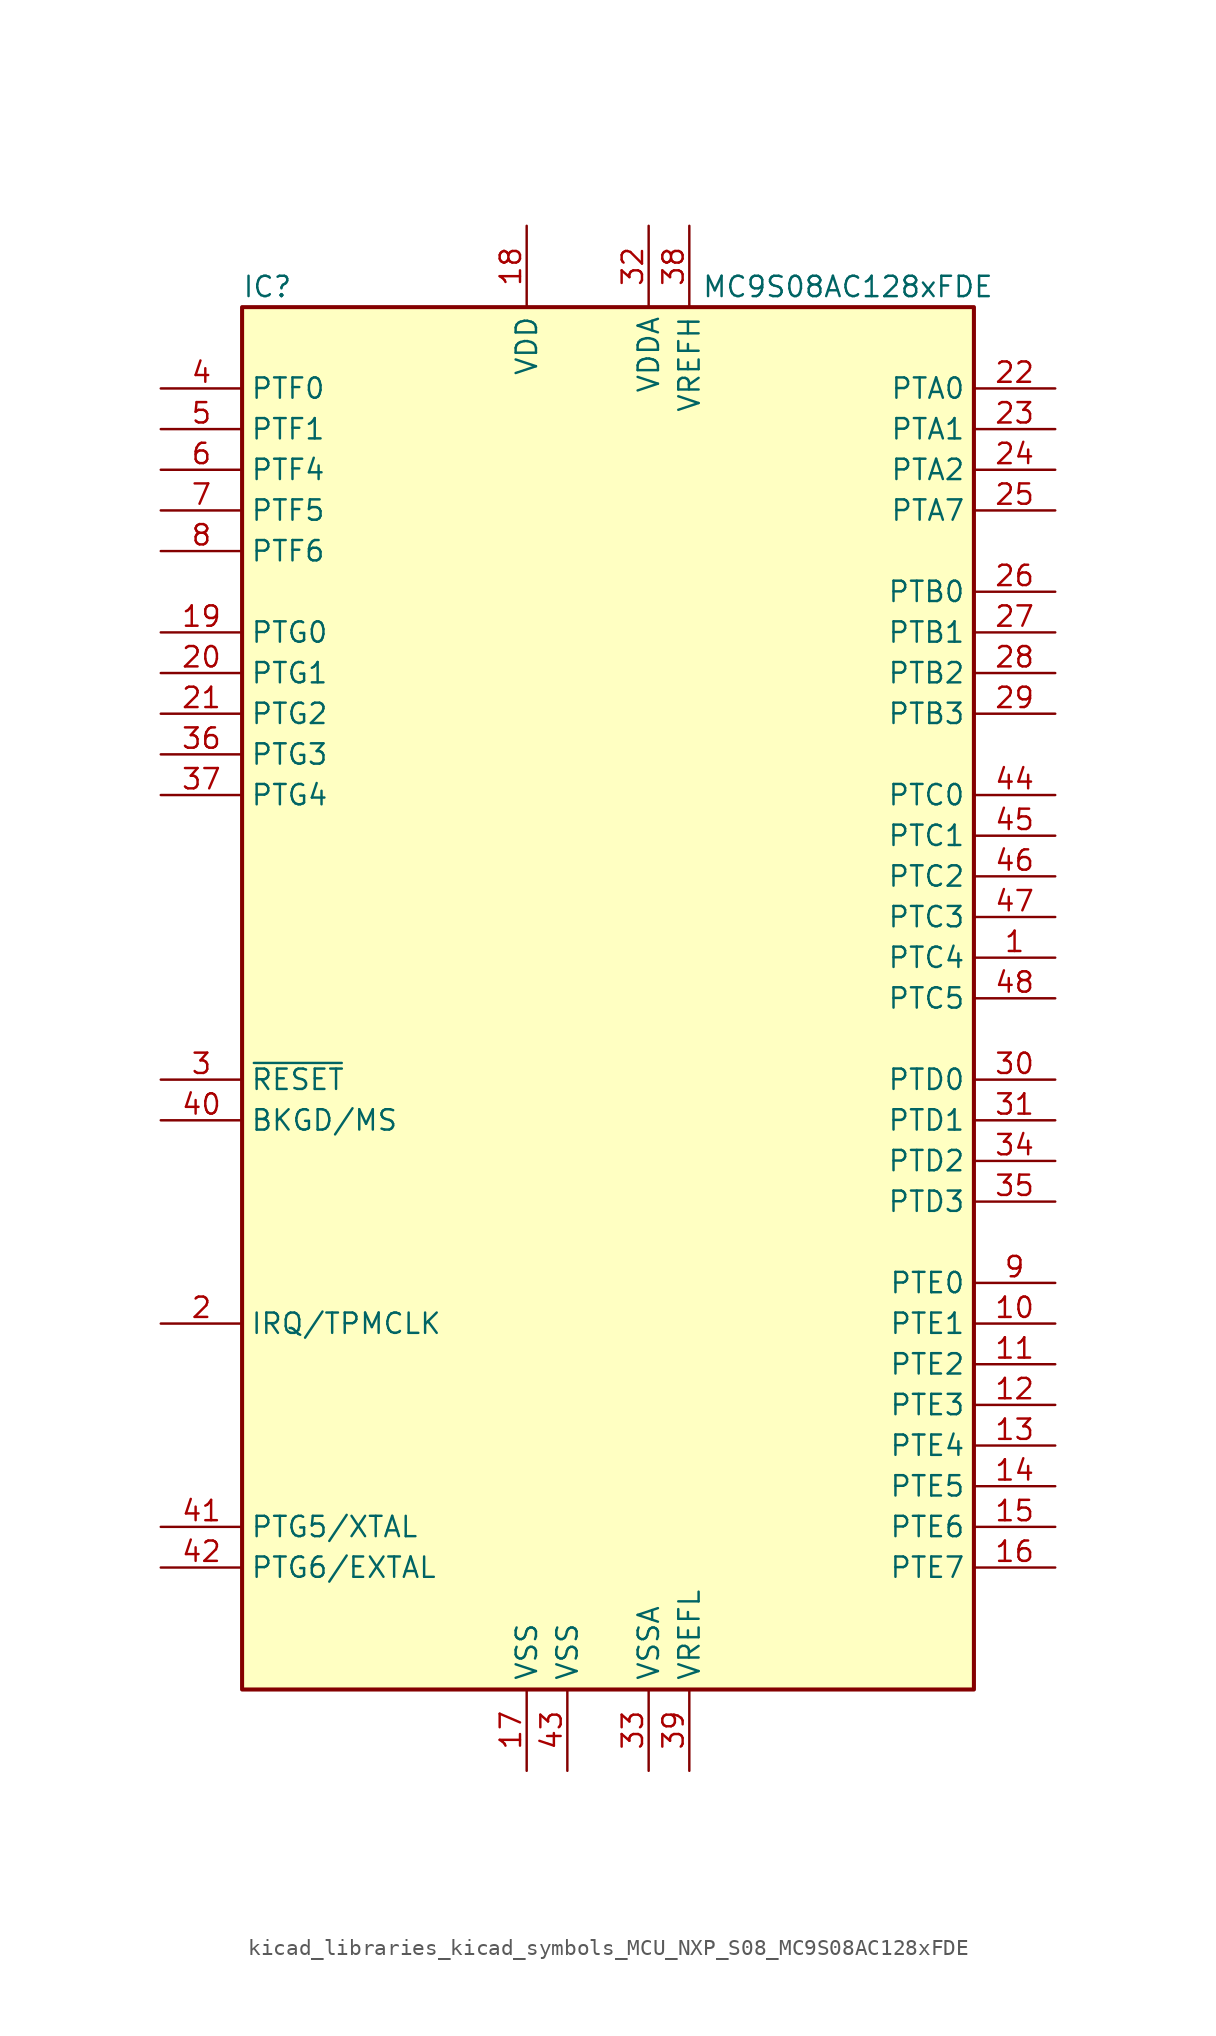
<source format=kicad_sym>
(kicad_symbol_lib
  (version 20220914)
  (generator kicad_symbol_editor)
  (symbol "kicad_libraries_kicad_symbols_MCU_NXP_S08_MC9S08AC128xFDE"
    (property "Reference" "IC"
      (at -22.86 44.45 0)
      (effects (font (size 1.27 1.27)) (justify left)))
    (property "Value" "MC9S08AC128xFDE"
      (at 24.13 44.45 0)
      (effects (font (size 1.27 1.27)) (justify right)))
    (symbol "kicad_libraries_kicad_symbols_MCU_NXP_S08_MC9S08AC128xFDE_0_1"
      (rectangle (start -22.86 43.18) (end 22.86 -43.18) (stroke (width 0.254) (type default)) (fill (type background))))
    (symbol "kicad_libraries_kicad_symbols_MCU_NXP_S08_MC9S08AC128xFDE_1_1"
      (pin bidirectional line (at 27.94 2.54 180) (length 5.08) (name "PTC4" (effects (font (size 1.27 1.27)))) (number "1" (effects (font (size 1.27 1.27)))))
      (pin bidirectional line (at 27.94 -20.32 180) (length 5.08) (name "PTE1" (effects (font (size 1.27 1.27)))) (number "10" (effects (font (size 1.27 1.27)))))
      (pin bidirectional line (at 27.94 -22.86 180) (length 5.08) (name "PTE2" (effects (font (size 1.27 1.27)))) (number "11" (effects (font (size 1.27 1.27)))))
      (pin bidirectional line (at 27.94 -25.4 180) (length 5.08) (name "PTE3" (effects (font (size 1.27 1.27)))) (number "12" (effects (font (size 1.27 1.27)))))
      (pin bidirectional line (at 27.94 -27.94 180) (length 5.08) (name "PTE4" (effects (font (size 1.27 1.27)))) (number "13" (effects (font (size 1.27 1.27)))))
      (pin bidirectional line (at 27.94 -30.48 180) (length 5.08) (name "PTE5" (effects (font (size 1.27 1.27)))) (number "14" (effects (font (size 1.27 1.27)))))
      (pin bidirectional line (at 27.94 -33.02 180) (length 5.08) (name "PTE6" (effects (font (size 1.27 1.27)))) (number "15" (effects (font (size 1.27 1.27)))))
      (pin bidirectional line (at 27.94 -35.56 180) (length 5.08) (name "PTE7" (effects (font (size 1.27 1.27)))) (number "16" (effects (font (size 1.27 1.27)))))
      (pin power_in line (at -5.08 -48.26 90) (length 5.08) (name "VSS" (effects (font (size 1.27 1.27)))) (number "17" (effects (font (size 1.27 1.27)))))
      (pin power_in line (at -5.08 48.26 270) (length 5.08) (name "VDD" (effects (font (size 1.27 1.27)))) (number "18" (effects (font (size 1.27 1.27)))))
      (pin bidirectional line (at -27.94 22.86 0) (length 5.08) (name "PTG0" (effects (font (size 1.27 1.27)))) (number "19" (effects (font (size 1.27 1.27)))))
      (pin input line (at -27.94 -20.32 0) (length 5.08) (name "IRQ/TPMCLK" (effects (font (size 1.27 1.27)))) (number "2" (effects (font (size 1.27 1.27)))))
      (pin bidirectional line (at -27.94 20.32 0) (length 5.08) (name "PTG1" (effects (font (size 1.27 1.27)))) (number "20" (effects (font (size 1.27 1.27)))))
      (pin bidirectional line (at -27.94 17.78 0) (length 5.08) (name "PTG2" (effects (font (size 1.27 1.27)))) (number "21" (effects (font (size 1.27 1.27)))))
      (pin bidirectional line (at 27.94 38.1 180) (length 5.08) (name "PTA0" (effects (font (size 1.27 1.27)))) (number "22" (effects (font (size 1.27 1.27)))))
      (pin bidirectional line (at 27.94 35.56 180) (length 5.08) (name "PTA1" (effects (font (size 1.27 1.27)))) (number "23" (effects (font (size 1.27 1.27)))))
      (pin bidirectional line (at 27.94 33.02 180) (length 5.08) (name "PTA2" (effects (font (size 1.27 1.27)))) (number "24" (effects (font (size 1.27 1.27)))))
      (pin bidirectional line (at 27.94 30.48 180) (length 5.08) (name "PTA7" (effects (font (size 1.27 1.27)))) (number "25" (effects (font (size 1.27 1.27)))))
      (pin bidirectional line (at 27.94 25.4 180) (length 5.08) (name "PTB0" (effects (font (size 1.27 1.27)))) (number "26" (effects (font (size 1.27 1.27)))))
      (pin bidirectional line (at 27.94 22.86 180) (length 5.08) (name "PTB1" (effects (font (size 1.27 1.27)))) (number "27" (effects (font (size 1.27 1.27)))))
      (pin bidirectional line (at 27.94 20.32 180) (length 5.08) (name "PTB2" (effects (font (size 1.27 1.27)))) (number "28" (effects (font (size 1.27 1.27)))))
      (pin bidirectional line (at 27.94 17.78 180) (length 5.08) (name "PTB3" (effects (font (size 1.27 1.27)))) (number "29" (effects (font (size 1.27 1.27)))))
      (pin input line (at -27.94 -5.08 0) (length 5.08) (name "~{RESET}" (effects (font (size 1.27 1.27)))) (number "3" (effects (font (size 1.27 1.27)))))
      (pin bidirectional line (at 27.94 -5.08 180) (length 5.08) (name "PTD0" (effects (font (size 1.27 1.27)))) (number "30" (effects (font (size 1.27 1.27)))))
      (pin bidirectional line (at 27.94 -7.62 180) (length 5.08) (name "PTD1" (effects (font (size 1.27 1.27)))) (number "31" (effects (font (size 1.27 1.27)))))
      (pin power_in line (at 2.54 48.26 270) (length 5.08) (name "VDDA" (effects (font (size 1.27 1.27)))) (number "32" (effects (font (size 1.27 1.27)))))
      (pin power_in line (at 2.54 -48.26 90) (length 5.08) (name "VSSA" (effects (font (size 1.27 1.27)))) (number "33" (effects (font (size 1.27 1.27)))))
      (pin bidirectional line (at 27.94 -10.16 180) (length 5.08) (name "PTD2" (effects (font (size 1.27 1.27)))) (number "34" (effects (font (size 1.27 1.27)))))
      (pin bidirectional line (at 27.94 -12.7 180) (length 5.08) (name "PTD3" (effects (font (size 1.27 1.27)))) (number "35" (effects (font (size 1.27 1.27)))))
      (pin bidirectional line (at -27.94 15.24 0) (length 5.08) (name "PTG3" (effects (font (size 1.27 1.27)))) (number "36" (effects (font (size 1.27 1.27)))))
      (pin bidirectional line (at -27.94 12.7 0) (length 5.08) (name "PTG4" (effects (font (size 1.27 1.27)))) (number "37" (effects (font (size 1.27 1.27)))))
      (pin power_in line (at 5.08 48.26 270) (length 5.08) (name "VREFH" (effects (font (size 1.27 1.27)))) (number "38" (effects (font (size 1.27 1.27)))))
      (pin power_in line (at 5.08 -48.26 90) (length 5.08) (name "VREFL" (effects (font (size 1.27 1.27)))) (number "39" (effects (font (size 1.27 1.27)))))
      (pin bidirectional line (at -27.94 38.1 0) (length 5.08) (name "PTF0" (effects (font (size 1.27 1.27)))) (number "4" (effects (font (size 1.27 1.27)))))
      (pin bidirectional line (at -27.94 -7.62 0) (length 5.08) (name "BKGD/MS" (effects (font (size 1.27 1.27)))) (number "40" (effects (font (size 1.27 1.27)))))
      (pin bidirectional line (at -27.94 -33.02 0) (length 5.08) (name "PTG5/XTAL" (effects (font (size 1.27 1.27)))) (number "41" (effects (font (size 1.27 1.27)))))
      (pin bidirectional line (at -27.94 -35.56 0) (length 5.08) (name "PTG6/EXTAL" (effects (font (size 1.27 1.27)))) (number "42" (effects (font (size 1.27 1.27)))))
      (pin power_in line (at -2.54 -48.26 90) (length 5.08) (name "VSS" (effects (font (size 1.27 1.27)))) (number "43" (effects (font (size 1.27 1.27)))))
      (pin bidirectional line (at 27.94 12.7 180) (length 5.08) (name "PTC0" (effects (font (size 1.27 1.27)))) (number "44" (effects (font (size 1.27 1.27)))))
      (pin bidirectional line (at 27.94 10.16 180) (length 5.08) (name "PTC1" (effects (font (size 1.27 1.27)))) (number "45" (effects (font (size 1.27 1.27)))))
      (pin bidirectional line (at 27.94 7.62 180) (length 5.08) (name "PTC2" (effects (font (size 1.27 1.27)))) (number "46" (effects (font (size 1.27 1.27)))))
      (pin bidirectional line (at 27.94 5.08 180) (length 5.08) (name "PTC3" (effects (font (size 1.27 1.27)))) (number "47" (effects (font (size 1.27 1.27)))))
      (pin bidirectional line (at 27.94 0 180) (length 5.08) (name "PTC5" (effects (font (size 1.27 1.27)))) (number "48" (effects (font (size 1.27 1.27)))))
      (pin bidirectional line (at -27.94 35.56 0) (length 5.08) (name "PTF1" (effects (font (size 1.27 1.27)))) (number "5" (effects (font (size 1.27 1.27)))))
      (pin bidirectional line (at -27.94 33.02 0) (length 5.08) (name "PTF4" (effects (font (size 1.27 1.27)))) (number "6" (effects (font (size 1.27 1.27)))))
      (pin bidirectional line (at -27.94 30.48 0) (length 5.08) (name "PTF5" (effects (font (size 1.27 1.27)))) (number "7" (effects (font (size 1.27 1.27)))))
      (pin bidirectional line (at -27.94 27.94 0) (length 5.08) (name "PTF6" (effects (font (size 1.27 1.27)))) (number "8" (effects (font (size 1.27 1.27)))))
      (pin bidirectional line (at 27.94 -17.78 180) (length 5.08) (name "PTE0" (effects (font (size 1.27 1.27)))) (number "9" (effects (font (size 1.27 1.27))))))))
</source>
